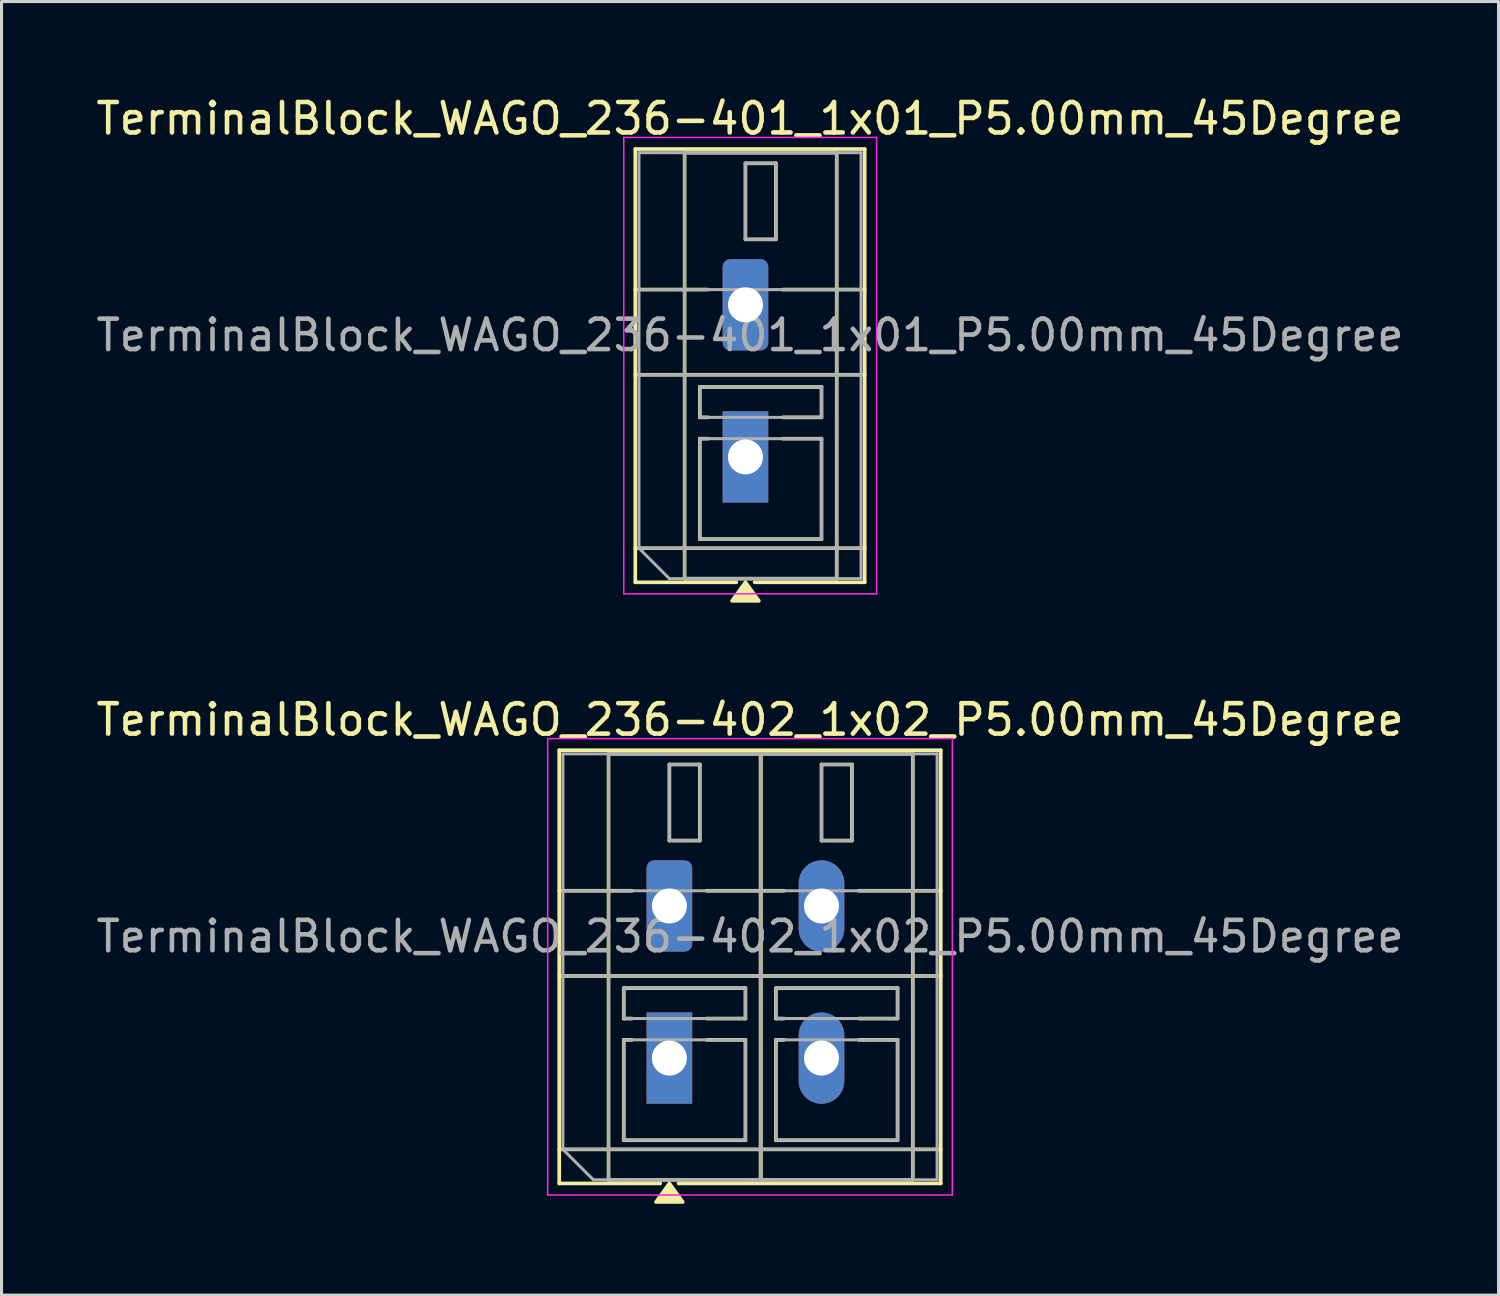
<source format=kicad_pcb>
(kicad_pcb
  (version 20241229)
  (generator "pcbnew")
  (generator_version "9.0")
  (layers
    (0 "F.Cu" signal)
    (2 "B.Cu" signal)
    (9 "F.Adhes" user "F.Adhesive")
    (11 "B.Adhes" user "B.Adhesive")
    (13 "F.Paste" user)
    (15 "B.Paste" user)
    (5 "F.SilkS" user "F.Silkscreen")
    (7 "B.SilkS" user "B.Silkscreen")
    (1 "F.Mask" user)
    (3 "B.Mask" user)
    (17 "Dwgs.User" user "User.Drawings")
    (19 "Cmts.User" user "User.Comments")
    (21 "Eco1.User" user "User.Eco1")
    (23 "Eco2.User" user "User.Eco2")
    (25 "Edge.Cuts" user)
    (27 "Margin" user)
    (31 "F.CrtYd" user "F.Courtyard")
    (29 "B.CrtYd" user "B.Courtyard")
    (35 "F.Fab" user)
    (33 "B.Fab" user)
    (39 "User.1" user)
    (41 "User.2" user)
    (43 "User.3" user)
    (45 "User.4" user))
  (footprint "TerminalBlock_WAGO_236-401_1x01_P5.00mm_45Degree"
    (layer "F.Cu")
    (at 21.451 6.968)
    (property "Reference" "TerminalBlock_WAGO_236-401_1x01_P5.00mm_45Degree" (at 0.15 -6.12 0) (layer "F.SilkS") (effects (font (size 1 1) (thickness 0.15))))
    (attr through_hole)
    (fp_line (start -3.62 -5.12) (end 3.92 -5.12) (stroke (width 0.12) (type solid)) (layer "F.SilkS"))
    (fp_line (start -3.62 -0.5) (end -1.23 -0.5) (stroke (width 0.12) (type solid)) (layer "F.SilkS"))
    (fp_line (start -3.62 2.3) (end 3.92 2.3) (stroke (width 0.12) (type solid)) (layer "F.SilkS"))
    (fp_line (start -3.62 8) (end 3.92 8) (stroke (width 0.12) (type solid)) (layer "F.SilkS"))
    (fp_line (start -3.62 9.12) (end -3.62 -5.12) (stroke (width 0.12) (type solid)) (layer "F.SilkS"))
    (fp_line (start -2 -5) (end 3 -5) (stroke (width 0.12) (type solid)) (layer "F.SilkS"))
    (fp_line (start -2 9) (end -2 -5) (stroke (width 0.12) (type solid)) (layer "F.SilkS"))
    (fp_line (start -1.5 2.7) (end 2.5 2.7) (stroke (width 0.12) (type solid)) (layer "F.SilkS"))
    (fp_line (start -1.5 3.7) (end -1.5 2.7) (stroke (width 0.12) (type solid)) (layer "F.SilkS"))
    (fp_line (start -1.5 4.4) (end -1.23 4.4) (stroke (width 0.12) (type solid)) (layer "F.SilkS"))
    (fp_line (start -1.5 7.7) (end -1.5 4.4) (stroke (width 0.12) (type solid)) (layer "F.SilkS"))
    (fp_line (start -1.23 3.7) (end -1.5 3.7) (stroke (width 0.12) (type solid)) (layer "F.SilkS"))
    (fp_line (start -0.3 9.12) (end -3.62 9.12) (stroke (width 0.12) (type solid)) (layer "F.SilkS"))
    (fp_line (start 0 -4.65) (end 1 -4.65) (stroke (width 0.12) (type solid)) (layer "F.SilkS"))
    (fp_line (start 0 -2.15) (end 0 -4.65) (stroke (width 0.12) (type solid)) (layer "F.SilkS"))
    (fp_line (start 1 -4.65) (end 1 -2.15) (stroke (width 0.12) (type solid)) (layer "F.SilkS"))
    (fp_line (start 1 -2.15) (end 0 -2.15) (stroke (width 0.12) (type solid)) (layer "F.SilkS"))
    (fp_line (start 1.23 -0.5) (end 3.92 -0.5) (stroke (width 0.12) (type solid)) (layer "F.SilkS"))
    (fp_line (start 1.23 4.4) (end 2.5 4.4) (stroke (width 0.12) (type solid)) (layer "F.SilkS"))
    (fp_line (start 2.5 2.7) (end 2.5 3.7) (stroke (width 0.12) (type solid)) (layer "F.SilkS"))
    (fp_line (start 2.5 3.7) (end 1.23 3.7) (stroke (width 0.12) (type solid)) (layer "F.SilkS"))
    (fp_line (start 2.5 4.4) (end 2.5 7.7) (stroke (width 0.12) (type solid)) (layer "F.SilkS"))
    (fp_line (start 2.5 7.7) (end -1.5 7.7) (stroke (width 0.12) (type solid)) (layer "F.SilkS"))
    (fp_line (start 3 -5) (end 3 9) (stroke (width 0.12) (type solid)) (layer "F.SilkS"))
    (fp_line (start 3 9) (end -2 9) (stroke (width 0.12) (type solid)) (layer "F.SilkS"))
    (fp_line (start 3.92 -5.12) (end 3.92 9.12) (stroke (width 0.12) (type solid)) (layer "F.SilkS"))
    (fp_line (start 3.92 9.12) (end 0.3 9.12) (stroke (width 0.12) (type solid)) (layer "F.SilkS"))
    (fp_poly (pts (xy 0 9.12) (xy 0.44 9.73) (xy -0.44 9.73)) (stroke (width 0.12) (type solid)) (fill yes) (layer "F.SilkS"))
    (fp_line (start -4 -5.5) (end -4 9.5) (stroke (width 0.05) (type solid)) (layer "F.CrtYd"))
    (fp_line (start -4 9.5) (end 4.31 9.5) (stroke (width 0.05) (type solid)) (layer "F.CrtYd"))
    (fp_line (start 4.31 -5.5) (end -4 -5.5) (stroke (width 0.05) (type solid)) (layer "F.CrtYd"))
    (fp_line (start 4.31 9.5) (end 4.31 -5.5) (stroke (width 0.05) (type solid)) (layer "F.CrtYd"))
    (fp_line (start -3.5 -5) (end 3.8 -5) (stroke (width 0.1) (type solid)) (layer "F.Fab"))
    (fp_line (start -3.5 -0.5) (end 3.8 -0.5) (stroke (width 0.1) (type solid)) (layer "F.Fab"))
    (fp_line (start -3.5 2.3) (end 3.8 2.3) (stroke (width 0.1) (type solid)) (layer "F.Fab"))
    (fp_line (start -3.5 8) (end -3.5 -5) (stroke (width 0.1) (type solid)) (layer "F.Fab"))
    (fp_line (start -3.5 8) (end 3.8 8) (stroke (width 0.1) (type solid)) (layer "F.Fab"))
    (fp_line (start -2.5 9) (end -3.5 8) (stroke (width 0.1) (type solid)) (layer "F.Fab"))
    (fp_line (start -2 -5) (end -2 9) (stroke (width 0.1) (type solid)) (layer "F.Fab"))
    (fp_line (start -2 9) (end 3 9) (stroke (width 0.1) (type solid)) (layer "F.Fab"))
    (fp_line (start -1.5 2.7) (end -1.5 3.7) (stroke (width 0.1) (type solid)) (layer "F.Fab"))
    (fp_line (start -1.5 3.7) (end 2.5 3.7) (stroke (width 0.1) (type solid)) (layer "F.Fab"))
    (fp_line (start -1.5 4.4) (end -1.5 7.7) (stroke (width 0.1) (type solid)) (layer "F.Fab"))
    (fp_line (start -1.5 7.7) (end 2.5 7.7) (stroke (width 0.1) (type solid)) (layer "F.Fab"))
    (fp_line (start 0 -4.65) (end 0 -2.15) (stroke (width 0.1) (type solid)) (layer "F.Fab"))
    (fp_line (start 0 -2.15) (end 1 -2.15) (stroke (width 0.1) (type solid)) (layer "F.Fab"))
    (fp_line (start 1 -4.65) (end 0 -4.65) (stroke (width 0.1) (type solid)) (layer "F.Fab"))
    (fp_line (start 1 -2.15) (end 1 -4.65) (stroke (width 0.1) (type solid)) (layer "F.Fab"))
    (fp_line (start 2.5 2.7) (end -1.5 2.7) (stroke (width 0.1) (type solid)) (layer "F.Fab"))
    (fp_line (start 2.5 3.7) (end 2.5 2.7) (stroke (width 0.1) (type solid)) (layer "F.Fab"))
    (fp_line (start 2.5 4.4) (end -1.5 4.4) (stroke (width 0.1) (type solid)) (layer "F.Fab"))
    (fp_line (start 2.5 7.7) (end 2.5 4.4) (stroke (width 0.1) (type solid)) (layer "F.Fab"))
    (fp_line (start 3 -5) (end -2 -5) (stroke (width 0.1) (type solid)) (layer "F.Fab"))
    (fp_line (start 3 9) (end 3 -5) (stroke (width 0.1) (type solid)) (layer "F.Fab"))
    (fp_line (start 3.8 -5) (end 3.8 9) (stroke (width 0.1) (type solid)) (layer "F.Fab"))
    (fp_line (start 3.8 9) (end -2.5 9) (stroke (width 0.1) (type solid)) (layer "F.Fab"))
    (fp_text user "${REFERENCE}" (at 0.15 1 0) (layer "F.Fab") (effects (font (size 1 1) (thickness 0.15))))
    (pad "1" thru_hole roundrect (at 0 0) (size 1.5 3) (drill 1.15) (layers "*.Cu" "*.Mask") (roundrect_rratio 0.167))
    (pad "1" thru_hole rect (at 0 5) (size 1.5 3) (drill 1.15) (layers "*.Cu" "*.Mask")))
  (footprint "TerminalBlock_WAGO_236-402_1x02_P5.00mm_45Degree"
    (layer "F.Cu")
    (at 18.951 26.727)
    (property "Reference" "TerminalBlock_WAGO_236-402_1x02_P5.00mm_45Degree" (at 2.65 -6.12 0) (layer "F.SilkS") (effects (font (size 1 1) (thickness 0.15))))
    (attr through_hole)
    (fp_line (start -3.62 -5.12) (end 8.92 -5.12) (stroke (width 0.12) (type solid)) (layer "F.SilkS"))
    (fp_line (start -3.62 -0.5) (end -1.23 -0.5) (stroke (width 0.12) (type solid)) (layer "F.SilkS"))
    (fp_line (start -3.62 2.3) (end 8.92 2.3) (stroke (width 0.12) (type solid)) (layer "F.SilkS"))
    (fp_line (start -3.62 8) (end 8.92 8) (stroke (width 0.12) (type solid)) (layer "F.SilkS"))
    (fp_line (start -3.62 9.12) (end -3.62 -5.12) (stroke (width 0.12) (type solid)) (layer "F.SilkS"))
    (fp_line (start -2 -5) (end 3 -5) (stroke (width 0.12) (type solid)) (layer "F.SilkS"))
    (fp_line (start -2 9) (end -2 -5) (stroke (width 0.12) (type solid)) (layer "F.SilkS"))
    (fp_line (start -1.5 2.7) (end 2.5 2.7) (stroke (width 0.12) (type solid)) (layer "F.SilkS"))
    (fp_line (start -1.5 3.7) (end -1.5 2.7) (stroke (width 0.12) (type solid)) (layer "F.SilkS"))
    (fp_line (start -1.5 4.4) (end -1.23 4.4) (stroke (width 0.12) (type solid)) (layer "F.SilkS"))
    (fp_line (start -1.5 7.7) (end -1.5 4.4) (stroke (width 0.12) (type solid)) (layer "F.SilkS"))
    (fp_line (start -1.23 3.7) (end -1.5 3.7) (stroke (width 0.12) (type solid)) (layer "F.SilkS"))
    (fp_line (start -0.3 9.12) (end -3.62 9.12) (stroke (width 0.12) (type solid)) (layer "F.SilkS"))
    (fp_line (start 0 -4.65) (end 1 -4.65) (stroke (width 0.12) (type solid)) (layer "F.SilkS"))
    (fp_line (start 0 -2.15) (end 0 -4.65) (stroke (width 0.12) (type solid)) (layer "F.SilkS"))
    (fp_line (start 1 -4.65) (end 1 -2.15) (stroke (width 0.12) (type solid)) (layer "F.SilkS"))
    (fp_line (start 1 -2.15) (end 0 -2.15) (stroke (width 0.12) (type solid)) (layer "F.SilkS"))
    (fp_line (start 1.23 -0.5) (end 3.77 -0.5) (stroke (width 0.12) (type solid)) (layer "F.SilkS"))
    (fp_line (start 1.23 4.4) (end 2.5 4.4) (stroke (width 0.12) (type solid)) (layer "F.SilkS"))
    (fp_line (start 2.5 2.7) (end 2.5 3.7) (stroke (width 0.12) (type solid)) (layer "F.SilkS"))
    (fp_line (start 2.5 3.7) (end 1.23 3.7) (stroke (width 0.12) (type solid)) (layer "F.SilkS"))
    (fp_line (start 2.5 4.4) (end 2.5 7.7) (stroke (width 0.12) (type solid)) (layer "F.SilkS"))
    (fp_line (start 2.5 7.7) (end -1.5 7.7) (stroke (width 0.12) (type solid)) (layer "F.SilkS"))
    (fp_line (start 3 -5) (end 3 9) (stroke (width 0.12) (type solid)) (layer "F.SilkS"))
    (fp_line (start 3 -5) (end 8 -5) (stroke (width 0.12) (type solid)) (layer "F.SilkS"))
    (fp_line (start 3 9) (end -2 9) (stroke (width 0.12) (type solid)) (layer "F.SilkS"))
    (fp_line (start 3 9) (end 3 -5) (stroke (width 0.12) (type solid)) (layer "F.SilkS"))
    (fp_line (start 3.5 2.7) (end 7.5 2.7) (stroke (width 0.12) (type solid)) (layer "F.SilkS"))
    (fp_line (start 3.5 3.7) (end 3.5 2.7) (stroke (width 0.12) (type solid)) (layer "F.SilkS"))
    (fp_line (start 3.5 4.4) (end 3.77 4.4) (stroke (width 0.12) (type solid)) (layer "F.SilkS"))
    (fp_line (start 3.5 7.7) (end 3.5 4.4) (stroke (width 0.12) (type solid)) (layer "F.SilkS"))
    (fp_line (start 3.77 3.7) (end 3.5 3.7) (stroke (width 0.12) (type solid)) (layer "F.SilkS"))
    (fp_line (start 5 -4.65) (end 6 -4.65) (stroke (width 0.12) (type solid)) (layer "F.SilkS"))
    (fp_line (start 5 -2.15) (end 5 -4.65) (stroke (width 0.12) (type solid)) (layer "F.SilkS"))
    (fp_line (start 6 -4.65) (end 6 -2.15) (stroke (width 0.12) (type solid)) (layer "F.SilkS"))
    (fp_line (start 6 -2.15) (end 5 -2.15) (stroke (width 0.12) (type solid)) (layer "F.SilkS"))
    (fp_line (start 6.23 -0.5) (end 8.92 -0.5) (stroke (width 0.12) (type solid)) (layer "F.SilkS"))
    (fp_line (start 6.23 4.4) (end 7.5 4.4) (stroke (width 0.12) (type solid)) (layer "F.SilkS"))
    (fp_line (start 7.5 2.7) (end 7.5 3.7) (stroke (width 0.12) (type solid)) (layer "F.SilkS"))
    (fp_line (start 7.5 3.7) (end 6.23 3.7) (stroke (width 0.12) (type solid)) (layer "F.SilkS"))
    (fp_line (start 7.5 4.4) (end 7.5 7.7) (stroke (width 0.12) (type solid)) (layer "F.SilkS"))
    (fp_line (start 7.5 7.7) (end 3.5 7.7) (stroke (width 0.12) (type solid)) (layer "F.SilkS"))
    (fp_line (start 8 -5) (end 8 9) (stroke (width 0.12) (type solid)) (layer "F.SilkS"))
    (fp_line (start 8 9) (end 3 9) (stroke (width 0.12) (type solid)) (layer "F.SilkS"))
    (fp_line (start 8.92 -5.12) (end 8.92 9.12) (stroke (width 0.12) (type solid)) (layer "F.SilkS"))
    (fp_line (start 8.92 9.12) (end 0.3 9.12) (stroke (width 0.12) (type solid)) (layer "F.SilkS"))
    (fp_poly (pts (xy 0 9.12) (xy 0.44 9.73) (xy -0.44 9.73)) (stroke (width 0.12) (type solid)) (fill yes) (layer "F.SilkS"))
    (fp_line (start -4 -5.5) (end -4 9.5) (stroke (width 0.05) (type solid)) (layer "F.CrtYd"))
    (fp_line (start -4 9.5) (end 9.3 9.5) (stroke (width 0.05) (type solid)) (layer "F.CrtYd"))
    (fp_line (start 9.3 -5.5) (end -4 -5.5) (stroke (width 0.05) (type solid)) (layer "F.CrtYd"))
    (fp_line (start 9.3 9.5) (end 9.3 -5.5) (stroke (width 0.05) (type solid)) (layer "F.CrtYd"))
    (fp_line (start -3.5 -5) (end 8.8 -5) (stroke (width 0.1) (type solid)) (layer "F.Fab"))
    (fp_line (start -3.5 -0.5) (end 8.8 -0.5) (stroke (width 0.1) (type solid)) (layer "F.Fab"))
    (fp_line (start -3.5 2.3) (end 8.8 2.3) (stroke (width 0.1) (type solid)) (layer "F.Fab"))
    (fp_line (start -3.5 8) (end -3.5 -5) (stroke (width 0.1) (type solid)) (layer "F.Fab"))
    (fp_line (start -3.5 8) (end 8.8 8) (stroke (width 0.1) (type solid)) (layer "F.Fab"))
    (fp_line (start -2.5 9) (end -3.5 8) (stroke (width 0.1) (type solid)) (layer "F.Fab"))
    (fp_line (start -2 -5) (end -2 9) (stroke (width 0.1) (type solid)) (layer "F.Fab"))
    (fp_line (start -2 9) (end 3 9) (stroke (width 0.1) (type solid)) (layer "F.Fab"))
    (fp_line (start -1.5 2.7) (end -1.5 3.7) (stroke (width 0.1) (type solid)) (layer "F.Fab"))
    (fp_line (start -1.5 3.7) (end 2.5 3.7) (stroke (width 0.1) (type solid)) (layer "F.Fab"))
    (fp_line (start -1.5 4.4) (end -1.5 7.7) (stroke (width 0.1) (type solid)) (layer "F.Fab"))
    (fp_line (start -1.5 7.7) (end 2.5 7.7) (stroke (width 0.1) (type solid)) (layer "F.Fab"))
    (fp_line (start 0 -4.65) (end 0 -2.15) (stroke (width 0.1) (type solid)) (layer "F.Fab"))
    (fp_line (start 0 -2.15) (end 1 -2.15) (stroke (width 0.1) (type solid)) (layer "F.Fab"))
    (fp_line (start 1 -4.65) (end 0 -4.65) (stroke (width 0.1) (type solid)) (layer "F.Fab"))
    (fp_line (start 1 -2.15) (end 1 -4.65) (stroke (width 0.1) (type solid)) (layer "F.Fab"))
    (fp_line (start 2.5 2.7) (end -1.5 2.7) (stroke (width 0.1) (type solid)) (layer "F.Fab"))
    (fp_line (start 2.5 3.7) (end 2.5 2.7) (stroke (width 0.1) (type solid)) (layer "F.Fab"))
    (fp_line (start 2.5 4.4) (end -1.5 4.4) (stroke (width 0.1) (type solid)) (layer "F.Fab"))
    (fp_line (start 2.5 7.7) (end 2.5 4.4) (stroke (width 0.1) (type solid)) (layer "F.Fab"))
    (fp_line (start 3 -5) (end -2 -5) (stroke (width 0.1) (type solid)) (layer "F.Fab"))
    (fp_line (start 3 -5) (end 3 9) (stroke (width 0.1) (type solid)) (layer "F.Fab"))
    (fp_line (start 3 9) (end 3 -5) (stroke (width 0.1) (type solid)) (layer "F.Fab"))
    (fp_line (start 3 9) (end 8 9) (stroke (width 0.1) (type solid)) (layer "F.Fab"))
    (fp_line (start 3.5 2.7) (end 3.5 3.7) (stroke (width 0.1) (type solid)) (layer "F.Fab"))
    (fp_line (start 3.5 3.7) (end 7.5 3.7) (stroke (width 0.1) (type solid)) (layer "F.Fab"))
    (fp_line (start 3.5 4.4) (end 3.5 7.7) (stroke (width 0.1) (type solid)) (layer "F.Fab"))
    (fp_line (start 3.5 7.7) (end 7.5 7.7) (stroke (width 0.1) (type solid)) (layer "F.Fab"))
    (fp_line (start 5 -4.65) (end 5 -2.15) (stroke (width 0.1) (type solid)) (layer "F.Fab"))
    (fp_line (start 5 -2.15) (end 6 -2.15) (stroke (width 0.1) (type solid)) (layer "F.Fab"))
    (fp_line (start 6 -4.65) (end 5 -4.65) (stroke (width 0.1) (type solid)) (layer "F.Fab"))
    (fp_line (start 6 -2.15) (end 6 -4.65) (stroke (width 0.1) (type solid)) (layer "F.Fab"))
    (fp_line (start 7.5 2.7) (end 3.5 2.7) (stroke (width 0.1) (type solid)) (layer "F.Fab"))
    (fp_line (start 7.5 3.7) (end 7.5 2.7) (stroke (width 0.1) (type solid)) (layer "F.Fab"))
    (fp_line (start 7.5 4.4) (end 3.5 4.4) (stroke (width 0.1) (type solid)) (layer "F.Fab"))
    (fp_line (start 7.5 7.7) (end 7.5 4.4) (stroke (width 0.1) (type solid)) (layer "F.Fab"))
    (fp_line (start 8 -5) (end 3 -5) (stroke (width 0.1) (type solid)) (layer "F.Fab"))
    (fp_line (start 8 9) (end 8 -5) (stroke (width 0.1) (type solid)) (layer "F.Fab"))
    (fp_line (start 8.8 -5) (end 8.8 9) (stroke (width 0.1) (type solid)) (layer "F.Fab"))
    (fp_line (start 8.8 9) (end -2.5 9) (stroke (width 0.1) (type solid)) (layer "F.Fab"))
    (fp_text user "${REFERENCE}" (at 2.65 1 0) (layer "F.Fab") (effects (font (size 1 1) (thickness 0.15))))
    (pad "1" thru_hole roundrect (at 0 0) (size 1.5 3) (drill 1.15) (layers "*.Cu" "*.Mask") (roundrect_rratio 0.167))
    (pad "1" thru_hole rect (at 0 5) (size 1.5 3) (drill 1.15) (layers "*.Cu" "*.Mask"))
    (pad "2" thru_hole oval (at 5 0) (size 1.5 3) (drill 1.15) (layers "*.Cu" "*.Mask"))
    (pad "2" thru_hole oval (at 5 5) (size 1.5 3) (drill 1.15) (layers "*.Cu" "*.Mask")))
  (gr_rect
    (start -3 -3)
    (end 46.202 39.517)
    (stroke (width 0.1) (type default))
    (fill no)
    (layer "Edge.Cuts")))
</source>
